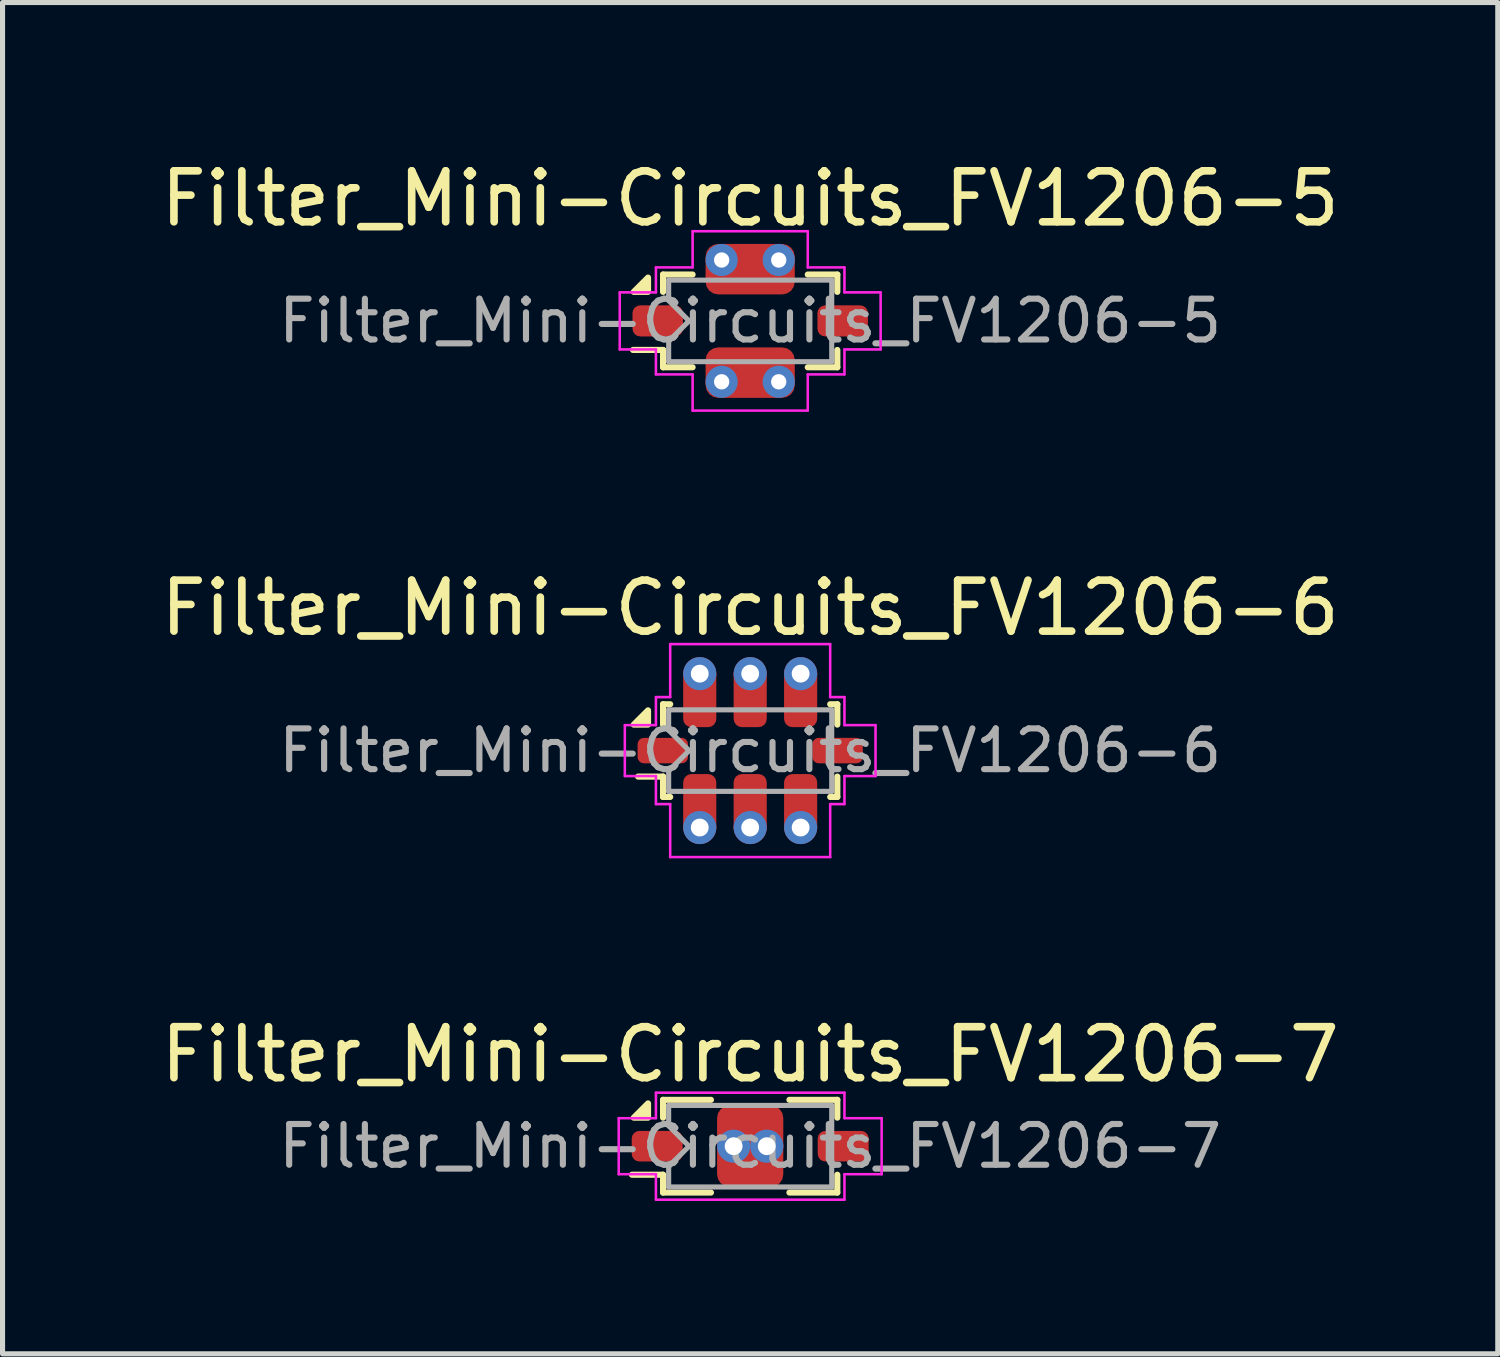
<source format=kicad_pcb>
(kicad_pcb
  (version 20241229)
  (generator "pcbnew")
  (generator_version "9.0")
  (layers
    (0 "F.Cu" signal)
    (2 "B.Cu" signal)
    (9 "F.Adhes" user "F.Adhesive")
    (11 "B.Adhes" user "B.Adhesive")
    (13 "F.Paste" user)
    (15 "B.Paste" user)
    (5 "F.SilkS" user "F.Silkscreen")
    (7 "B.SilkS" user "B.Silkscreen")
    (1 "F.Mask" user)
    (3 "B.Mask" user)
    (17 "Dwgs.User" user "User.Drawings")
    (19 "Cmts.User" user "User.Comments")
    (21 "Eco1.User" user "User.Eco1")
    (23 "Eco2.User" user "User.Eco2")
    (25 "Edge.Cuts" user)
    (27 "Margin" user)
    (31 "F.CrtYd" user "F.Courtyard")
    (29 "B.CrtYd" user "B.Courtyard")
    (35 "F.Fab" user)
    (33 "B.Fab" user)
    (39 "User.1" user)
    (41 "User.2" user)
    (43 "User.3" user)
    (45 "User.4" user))
  (footprint "Filter_Mini-Circuits_FV1206-7"
    (layer "F.Cu")
    (at 11.673 19.445)
    (property "Reference" "Filter_Mini-Circuits_FV1206-7" (at 0 -1.8 0) (layer "F.SilkS") (effects (font (size 1 1) (thickness 0.15))))
    (attr smd)
    (fp_line (start -1.71 -0.91) (end -1.71 -0.56) (stroke (width 0.12) (type solid)) (layer "F.SilkS"))
    (fp_line (start -1.71 0.56) (end -2.32 0.56) (stroke (width 0.12) (type solid)) (layer "F.SilkS"))
    (fp_line (start -1.71 0.56) (end -1.71 0.91) (stroke (width 0.12) (type solid)) (layer "F.SilkS"))
    (fp_line (start -0.77 -0.91) (end -1.71 -0.91) (stroke (width 0.12) (type solid)) (layer "F.SilkS"))
    (fp_line (start -0.77 0.91) (end -1.71 0.91) (stroke (width 0.12) (type solid)) (layer "F.SilkS"))
    (fp_line (start 1.71 -0.91) (end 0.77 -0.91) (stroke (width 0.12) (type solid)) (layer "F.SilkS"))
    (fp_line (start 1.71 -0.91) (end 1.71 -0.56) (stroke (width 0.12) (type solid)) (layer "F.SilkS"))
    (fp_line (start 1.71 0.56) (end 1.71 0.91) (stroke (width 0.12) (type solid)) (layer "F.SilkS"))
    (fp_line (start 1.71 0.91) (end 0.77 0.91) (stroke (width 0.12) (type solid)) (layer "F.SilkS"))
    (fp_poly (pts (xy -2.005 -0.56) (xy -2.285 -0.56) (xy -2.005 -0.84) (xy -2.005 -0.56)) (stroke (width 0.12) (type solid)) (fill yes) (layer "F.SilkS"))
    (fp_line (start -2.58 -0.55) (end -1.85 -0.55) (stroke (width 0.05) (type solid)) (layer "F.CrtYd"))
    (fp_line (start -2.58 0.55) (end -2.58 -0.55) (stroke (width 0.05) (type solid)) (layer "F.CrtYd"))
    (fp_line (start -2.58 0.55) (end -1.85 0.55) (stroke (width 0.05) (type solid)) (layer "F.CrtYd"))
    (fp_line (start -1.85 -1.05) (end -1.85 -0.55) (stroke (width 0.05) (type solid)) (layer "F.CrtYd"))
    (fp_line (start -1.85 -1.05) (end 1.85 -1.05) (stroke (width 0.05) (type solid)) (layer "F.CrtYd"))
    (fp_line (start -1.85 0.55) (end -1.85 1.05) (stroke (width 0.05) (type solid)) (layer "F.CrtYd"))
    (fp_line (start -1.85 1.05) (end 1.85 1.05) (stroke (width 0.05) (type solid)) (layer "F.CrtYd"))
    (fp_line (start 1.85 -1.05) (end 1.85 -0.55) (stroke (width 0.05) (type solid)) (layer "F.CrtYd"))
    (fp_line (start 1.85 -0.55) (end 2.58 -0.55) (stroke (width 0.05) (type solid)) (layer "F.CrtYd"))
    (fp_line (start 1.85 0.55) (end 1.85 1.05) (stroke (width 0.05) (type solid)) (layer "F.CrtYd"))
    (fp_line (start 1.85 0.55) (end 2.58 0.55) (stroke (width 0.05) (type solid)) (layer "F.CrtYd"))
    (fp_line (start 2.58 0.55) (end 2.58 -0.55) (stroke (width 0.05) (type solid)) (layer "F.CrtYd"))
    (fp_line (start -1.6 -0.8) (end -1.6 -0.4) (stroke (width 0.1) (type solid)) (layer "F.Fab"))
    (fp_line (start -1.6 0.4) (end -1.6 0.8) (stroke (width 0.1) (type solid)) (layer "F.Fab"))
    (fp_line (start -1.6 0.4) (end -1.2 0) (stroke (width 0.1) (type solid)) (layer "F.Fab"))
    (fp_line (start -1.6 0.8) (end 1.6 0.8) (stroke (width 0.1) (type solid)) (layer "F.Fab"))
    (fp_line (start -1.2 0) (end -1.6 -0.4) (stroke (width 0.1) (type solid)) (layer "F.Fab"))
    (fp_line (start 1.6 -0.8) (end -1.6 -0.8) (stroke (width 0.1) (type solid)) (layer "F.Fab"))
    (fp_line (start 1.6 0.8) (end 1.6 -0.8) (stroke (width 0.1) (type solid)) (layer "F.Fab"))
    (fp_text user "${REFERENCE}" (at 0 0 0) (layer "F.Fab") (effects (font (size 0.8 0.8) (thickness 0.12))))
    (pad "1" smd roundrect (at -1.825 0) (size 1 0.6) (layers "F.Cu" "F.Mask" "F.Paste") (roundrect_rratio 0.25))
    (pad "2" thru_hole circle (at -0.325 0) (size 0.65 0.65) (drill 0.35) (layers "*.Cu" "*.Mask"))
    (pad "2" smd roundrect (at 0 0) (size 1.3 1.6) (layers "F.Cu" "F.Mask" "F.Paste") (roundrect_rratio 0.19))
    (pad "2" thru_hole circle (at 0.325 0) (size 0.65 0.65) (drill 0.35) (layers "*.Cu" "*.Mask"))
    (pad "3" smd roundrect (at 1.825 0) (size 1 0.6) (layers "F.Cu" "F.Mask" "F.Paste") (roundrect_rratio 0.25)))
  (footprint "Filter_Mini-Circuits_FV1206-6"
    (layer "F.Cu")
    (at 11.673 11.681)
    (property "Reference" "Filter_Mini-Circuits_FV1206-6" (at 0 -2.8 0) (layer "F.SilkS") (effects (font (size 1 1) (thickness 0.15))))
    (attr smd)
    (fp_line (start -2.2 0.51) (end -1.71 0.51) (stroke (width 0.12) (type solid)) (layer "F.SilkS"))
    (fp_line (start -1.71 -0.91) (end -1.71 -0.51) (stroke (width 0.12) (type solid)) (layer "F.SilkS"))
    (fp_line (start -1.71 -0.91) (end -1.57 -0.91) (stroke (width 0.12) (type solid)) (layer "F.SilkS"))
    (fp_line (start -1.71 0.51) (end -1.71 0.91) (stroke (width 0.12) (type solid)) (layer "F.SilkS"))
    (fp_line (start -1.57 0.91) (end -1.71 0.91) (stroke (width 0.12) (type solid)) (layer "F.SilkS"))
    (fp_line (start 1.57 -0.91) (end 1.71 -0.91) (stroke (width 0.12) (type solid)) (layer "F.SilkS"))
    (fp_line (start 1.71 -0.91) (end 1.71 -0.51) (stroke (width 0.12) (type solid)) (layer "F.SilkS"))
    (fp_line (start 1.71 0.51) (end 1.71 0.91) (stroke (width 0.12) (type solid)) (layer "F.SilkS"))
    (fp_line (start 1.71 0.91) (end 1.57 0.91) (stroke (width 0.12) (type solid)) (layer "F.SilkS"))
    (fp_poly (pts (xy -2.005 -0.51) (xy -2.285 -0.51) (xy -2.005 -0.79) (xy -2.005 -0.51)) (stroke (width 0.12) (type solid)) (fill yes) (layer "F.SilkS"))
    (fp_line (start -2.46 -0.5) (end -1.85 -0.5) (stroke (width 0.05) (type solid)) (layer "F.CrtYd"))
    (fp_line (start -2.46 0.5) (end -2.46 -0.5) (stroke (width 0.05) (type solid)) (layer "F.CrtYd"))
    (fp_line (start -2.46 0.5) (end -1.85 0.5) (stroke (width 0.05) (type solid)) (layer "F.CrtYd"))
    (fp_line (start -1.85 -0.5) (end -1.85 -1.05) (stroke (width 0.05) (type solid)) (layer "F.CrtYd"))
    (fp_line (start -1.85 1.05) (end -1.85 0.5) (stroke (width 0.05) (type solid)) (layer "F.CrtYd"))
    (fp_line (start -1.57 -1.05) (end -1.85 -1.05) (stroke (width 0.05) (type solid)) (layer "F.CrtYd"))
    (fp_line (start -1.57 -1.05) (end -1.57 -2.09) (stroke (width 0.05) (type solid)) (layer "F.CrtYd"))
    (fp_line (start -1.57 1.05) (end -1.85 1.05) (stroke (width 0.05) (type solid)) (layer "F.CrtYd"))
    (fp_line (start -1.57 2.09) (end -1.57 1.05) (stroke (width 0.05) (type solid)) (layer "F.CrtYd"))
    (fp_line (start 1.57 -2.09) (end -1.57 -2.09) (stroke (width 0.05) (type solid)) (layer "F.CrtYd"))
    (fp_line (start 1.57 -1.05) (end 1.57 -2.09) (stroke (width 0.05) (type solid)) (layer "F.CrtYd"))
    (fp_line (start 1.57 2.09) (end -1.57 2.09) (stroke (width 0.05) (type solid)) (layer "F.CrtYd"))
    (fp_line (start 1.57 2.09) (end 1.57 1.05) (stroke (width 0.05) (type solid)) (layer "F.CrtYd"))
    (fp_line (start 1.85 -1.05) (end 1.57 -1.05) (stroke (width 0.05) (type solid)) (layer "F.CrtYd"))
    (fp_line (start 1.85 -0.5) (end 1.85 -1.05) (stroke (width 0.05) (type solid)) (layer "F.CrtYd"))
    (fp_line (start 1.85 -0.5) (end 2.46 -0.5) (stroke (width 0.05) (type solid)) (layer "F.CrtYd"))
    (fp_line (start 1.85 0.5) (end 2.46 0.5) (stroke (width 0.05) (type solid)) (layer "F.CrtYd"))
    (fp_line (start 1.85 1.05) (end 1.57 1.05) (stroke (width 0.05) (type solid)) (layer "F.CrtYd"))
    (fp_line (start 1.85 1.05) (end 1.85 0.5) (stroke (width 0.05) (type solid)) (layer "F.CrtYd"))
    (fp_line (start 2.46 0.5) (end 2.46 -0.5) (stroke (width 0.05) (type solid)) (layer "F.CrtYd"))
    (fp_line (start -1.6 -0.4) (end -1.6 -0.8) (stroke (width 0.1) (type solid)) (layer "F.Fab"))
    (fp_line (start -1.6 -0.4) (end -1.2 0) (stroke (width 0.1) (type solid)) (layer "F.Fab"))
    (fp_line (start -1.6 0.4) (end -1.6 0.8) (stroke (width 0.1) (type solid)) (layer "F.Fab"))
    (fp_line (start -1.6 0.4) (end -1.2 0) (stroke (width 0.1) (type solid)) (layer "F.Fab"))
    (fp_line (start -1.6 0.8) (end 1.6 0.8) (stroke (width 0.1) (type solid)) (layer "F.Fab"))
    (fp_line (start 1.6 -0.8) (end -1.6 -0.8) (stroke (width 0.1) (type solid)) (layer "F.Fab"))
    (fp_line (start 1.6 0.8) (end 1.6 -0.8) (stroke (width 0.1) (type solid)) (layer "F.Fab"))
    (fp_text user "${REFERENCE}" (at 0 0 0) (layer "F.Fab") (effects (font (size 0.8 0.8) (thickness 0.12))))
    (pad "1" smd roundrect (at -1.715 0) (size 0.99 0.5) (layers "F.Cu" "F.Mask" "F.Paste") (roundrect_rratio 0.25))
    (pad "2" smd roundrect (at -0.99 1.066) (size 0.65 1.212) (layers "F.Cu" "F.Mask" "F.Paste") (roundrect_rratio 0.25))
    (pad "2" thru_hole circle (at -0.99 1.51) (size 0.65 0.65) (drill 0.35) (layers "*.Cu" "*.Mask"))
    (pad "3" smd roundrect (at 0 1.066) (size 0.65 1.212) (layers "F.Cu" "F.Mask" "F.Paste") (roundrect_rratio 0.25))
    (pad "3" thru_hole circle (at 0 1.51) (size 0.65 0.65) (drill 0.35) (layers "*.Cu" "*.Mask"))
    (pad "4" smd roundrect (at 0.99 1.066) (size 0.65 1.212) (layers "F.Cu" "F.Mask" "F.Paste") (roundrect_rratio 0.25))
    (pad "4" thru_hole circle (at 0.99 1.51) (size 0.65 0.65) (drill 0.35) (layers "*.Cu" "*.Mask"))
    (pad "5" smd roundrect (at 1.715 0) (size 0.99 0.5) (layers "F.Cu" "F.Mask" "F.Paste") (roundrect_rratio 0.25))
    (pad "6" thru_hole circle (at 0.99 -1.51) (size 0.65 0.65) (drill 0.35) (layers "*.Cu" "*.Mask"))
    (pad "6" smd roundrect (at 0.99 -1.066) (size 0.65 1.212) (layers "F.Cu" "F.Mask" "F.Paste") (roundrect_rratio 0.25))
    (pad "7" thru_hole circle (at 0 -1.51) (size 0.65 0.65) (drill 0.35) (layers "*.Cu" "*.Mask"))
    (pad "7" smd roundrect (at 0 -1.066) (size 0.65 1.212) (layers "F.Cu" "F.Mask" "F.Paste") (roundrect_rratio 0.25))
    (pad "8" thru_hole circle (at -0.99 -1.51) (size 0.65 0.65) (drill 0.35) (layers "*.Cu" "*.Mask"))
    (pad "8" smd roundrect (at -0.99 -1.066) (size 0.65 1.212) (layers "F.Cu" "F.Mask" "F.Paste") (roundrect_rratio 0.25)))
  (footprint "Filter_Mini-Circuits_FV1206-5"
    (layer "F.Cu")
    (at 11.673 3.248)
    (property "Reference" "Filter_Mini-Circuits_FV1206-5" (at 0 -2.4 0) (layer "F.SilkS") (effects (font (size 1 1) (thickness 0.15))))
    (attr smd)
    (fp_line (start -1.71 -0.91) (end -1.71 -0.57) (stroke (width 0.12) (type solid)) (layer "F.SilkS"))
    (fp_line (start -1.71 -0.91) (end -1.13 -0.91) (stroke (width 0.12) (type solid)) (layer "F.SilkS"))
    (fp_line (start -1.71 0.57) (end -2.3 0.57) (stroke (width 0.12) (type solid)) (layer "F.SilkS"))
    (fp_line (start -1.71 0.57) (end -1.71 0.91) (stroke (width 0.12) (type solid)) (layer "F.SilkS"))
    (fp_line (start -1.71 0.91) (end -1.13 0.91) (stroke (width 0.12) (type solid)) (layer "F.SilkS"))
    (fp_line (start 1.13 -0.91) (end 1.71 -0.91) (stroke (width 0.12) (type solid)) (layer "F.SilkS"))
    (fp_line (start 1.13 0.91) (end 1.71 0.91) (stroke (width 0.12) (type solid)) (layer "F.SilkS"))
    (fp_line (start 1.71 -0.91) (end 1.71 -0.57) (stroke (width 0.12) (type solid)) (layer "F.SilkS"))
    (fp_line (start 1.71 0.57) (end 1.71 0.91) (stroke (width 0.12) (type solid)) (layer "F.SilkS"))
    (fp_poly (pts (xy -2.005 -0.57) (xy -2.285 -0.57) (xy -2.005 -0.85) (xy -2.005 -0.57)) (stroke (width 0.12) (type solid)) (fill yes) (layer "F.SilkS"))
    (fp_line (start -2.56 -0.56) (end -2.56 0.56) (stroke (width 0.05) (type solid)) (layer "F.CrtYd"))
    (fp_line (start -2.56 -0.56) (end -1.85 -0.56) (stroke (width 0.05) (type solid)) (layer "F.CrtYd"))
    (fp_line (start -2.56 0.56) (end -1.85 0.56) (stroke (width 0.05) (type solid)) (layer "F.CrtYd"))
    (fp_line (start -1.85 -1.05) (end -1.85 -0.56) (stroke (width 0.05) (type solid)) (layer "F.CrtYd"))
    (fp_line (start -1.85 -1.05) (end -1.13 -1.05) (stroke (width 0.05) (type solid)) (layer "F.CrtYd"))
    (fp_line (start -1.85 0.56) (end -1.85 1.05) (stroke (width 0.05) (type solid)) (layer "F.CrtYd"))
    (fp_line (start -1.85 1.05) (end -1.13 1.05) (stroke (width 0.05) (type solid)) (layer "F.CrtYd"))
    (fp_line (start -1.13 -1.76) (end 1.13 -1.76) (stroke (width 0.05) (type solid)) (layer "F.CrtYd"))
    (fp_line (start -1.13 -1.05) (end -1.13 -1.76) (stroke (width 0.05) (type solid)) (layer "F.CrtYd"))
    (fp_line (start -1.13 1.76) (end -1.13 1.05) (stroke (width 0.05) (type solid)) (layer "F.CrtYd"))
    (fp_line (start -1.13 1.76) (end 1.13 1.76) (stroke (width 0.05) (type solid)) (layer "F.CrtYd"))
    (fp_line (start 1.13 -1.05) (end 1.13 -1.76) (stroke (width 0.05) (type solid)) (layer "F.CrtYd"))
    (fp_line (start 1.13 -1.05) (end 1.85 -1.05) (stroke (width 0.05) (type solid)) (layer "F.CrtYd"))
    (fp_line (start 1.13 1.05) (end 1.85 1.05) (stroke (width 0.05) (type solid)) (layer "F.CrtYd"))
    (fp_line (start 1.13 1.76) (end 1.13 1.05) (stroke (width 0.05) (type solid)) (layer "F.CrtYd"))
    (fp_line (start 1.85 -1.05) (end 1.85 -0.56) (stroke (width 0.05) (type solid)) (layer "F.CrtYd"))
    (fp_line (start 1.85 -0.56) (end 2.56 -0.56) (stroke (width 0.05) (type solid)) (layer "F.CrtYd"))
    (fp_line (start 1.85 0.56) (end 1.85 1.05) (stroke (width 0.05) (type solid)) (layer "F.CrtYd"))
    (fp_line (start 1.85 0.56) (end 2.56 0.56) (stroke (width 0.05) (type solid)) (layer "F.CrtYd"))
    (fp_line (start 2.56 -0.56) (end 2.56 0.56) (stroke (width 0.05) (type solid)) (layer "F.CrtYd"))
    (fp_line (start -1.6 -0.8) (end -1.6 -0.4) (stroke (width 0.1) (type solid)) (layer "F.Fab"))
    (fp_line (start -1.6 -0.8) (end 1.6 -0.8) (stroke (width 0.1) (type solid)) (layer "F.Fab"))
    (fp_line (start -1.6 0.8) (end -1.6 0.4) (stroke (width 0.1) (type solid)) (layer "F.Fab"))
    (fp_line (start -1.2 0) (end -1.6 -0.4) (stroke (width 0.1) (type solid)) (layer "F.Fab"))
    (fp_line (start -1.2 0) (end -1.6 0.4) (stroke (width 0.1) (type solid)) (layer "F.Fab"))
    (fp_line (start 1.6 -0.8) (end 1.6 0.8) (stroke (width 0.1) (type solid)) (layer "F.Fab"))
    (fp_line (start 1.6 0.8) (end -1.6 0.8) (stroke (width 0.1) (type solid)) (layer "F.Fab"))
    (fp_text user "${REFERENCE}" (at 0 0 0) (layer "F.Fab") (effects (font (size 0.8 0.8) (thickness 0.12))))
    (pad "1" smd roundrect (at -1.815 0) (size 0.99 0.61) (layers "F.Cu" "F.Mask" "F.Paste") (roundrect_rratio 0.25))
    (pad "2" thru_hole circle (at -0.56 1.195) (size 0.63 0.63) (drill 0.3) (layers "*.Cu" "*.Mask"))
    (pad "2" smd roundrect (at 0 1.015) (size 1.75 0.99) (layers "F.Cu" "F.Mask" "F.Paste") (roundrect_rratio 0.25))
    (pad "2" thru_hole circle (at 0.56 1.195) (size 0.63 0.63) (drill 0.3) (layers "*.Cu" "*.Mask"))
    (pad "3" smd roundrect (at 1.815 0) (size 0.99 0.61) (layers "F.Cu" "F.Mask" "F.Paste") (roundrect_rratio 0.25))
    (pad "4" thru_hole circle (at -0.56 -1.195) (size 0.63 0.63) (drill 0.3) (layers "*.Cu" "*.Mask"))
    (pad "4" smd roundrect (at 0 -1.015) (size 1.75 0.99) (layers "F.Cu" "F.Mask" "F.Paste") (roundrect_rratio 0.25))
    (pad "4" thru_hole circle (at 0.56 -1.195) (size 0.63 0.63) (drill 0.3) (layers "*.Cu" "*.Mask")))
  (gr_rect
    (start -3 -3)
    (end 26.345 23.52)
    (stroke (width 0.1) (type default))
    (fill no)
    (layer "Edge.Cuts")))
</source>
